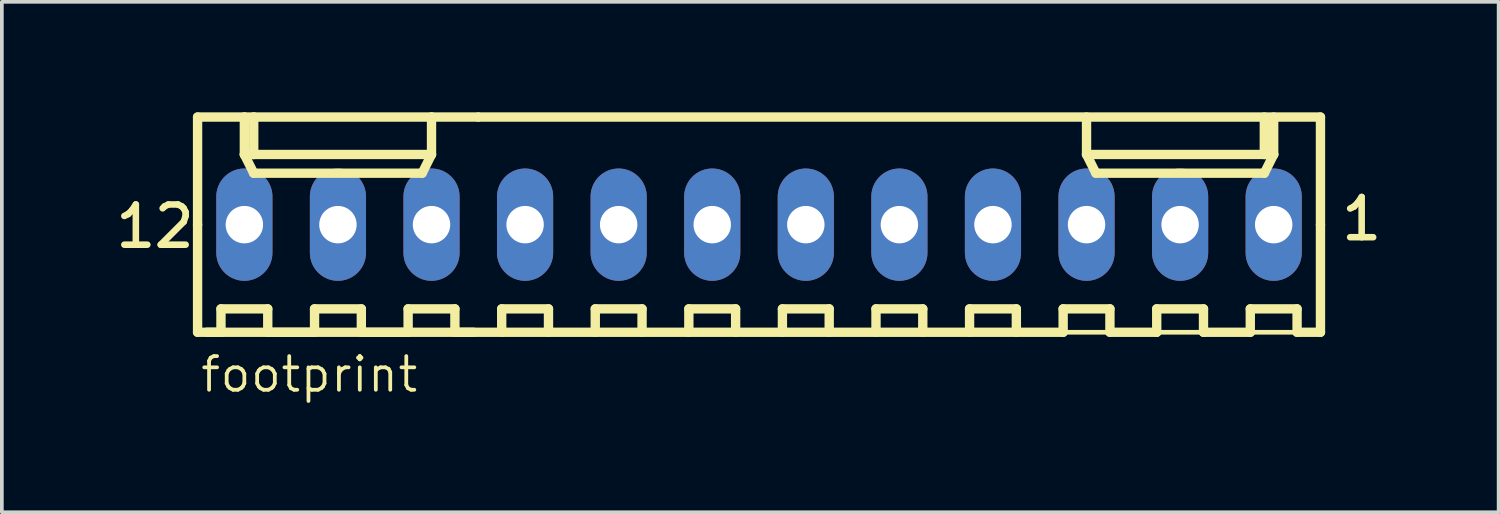
<source format=kicad_pcb>
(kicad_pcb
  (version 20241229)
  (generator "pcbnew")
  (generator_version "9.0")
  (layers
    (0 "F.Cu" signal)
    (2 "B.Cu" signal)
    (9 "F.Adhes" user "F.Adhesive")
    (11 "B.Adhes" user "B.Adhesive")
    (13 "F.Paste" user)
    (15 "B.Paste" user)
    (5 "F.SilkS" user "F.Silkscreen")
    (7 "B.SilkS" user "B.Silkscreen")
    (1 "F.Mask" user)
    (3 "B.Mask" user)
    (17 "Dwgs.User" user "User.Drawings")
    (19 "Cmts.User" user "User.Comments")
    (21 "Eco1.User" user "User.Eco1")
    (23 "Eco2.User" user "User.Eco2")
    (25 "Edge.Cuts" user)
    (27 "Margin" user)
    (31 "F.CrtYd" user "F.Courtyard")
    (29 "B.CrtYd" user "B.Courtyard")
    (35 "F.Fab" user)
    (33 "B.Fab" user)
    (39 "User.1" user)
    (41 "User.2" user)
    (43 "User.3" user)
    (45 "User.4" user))
  (footprint "footprint"
    (layer "F.Cu")
    (at 17.553 3.048)
    (property "Reference" "footprint" (at -15.213 4.599 0) (layer "F.SilkS") (effects (font (size 0.914 0.914) (thickness 0.102)) (justify left bottom)))
    (fp_line (start -15.24 -2.921) (end -13.97 -2.921) (stroke (width 0.254) (type solid)) (layer "F.SilkS"))
    (fp_line (start -15.24 0) (end -15.24 -2.921) (stroke (width 0.254) (type solid)) (layer "F.SilkS"))
    (fp_line (start -15.24 0) (end -15.24 2.921) (stroke (width 0.254) (type solid)) (layer "F.SilkS"))
    (fp_line (start -15.24 2.921) (end -7.747 2.921) (stroke (width 0.254) (type solid)) (layer "F.SilkS"))
    (fp_line (start -14.986 2.921) (end -14.605 2.921) (stroke (width 0.254) (type solid)) (layer "F.SilkS"))
    (fp_line (start -14.605 2.286) (end -13.335 2.286) (stroke (width 0.254) (type solid)) (layer "F.SilkS"))
    (fp_line (start -14.605 2.921) (end -14.605 2.286) (stroke (width 0.254) (type solid)) (layer "F.SilkS"))
    (fp_line (start -13.97 -2.921) (end -13.716 -2.921) (stroke (width 0.254) (type solid)) (layer "F.SilkS"))
    (fp_line (start -13.97 -2.54) (end -13.97 -2.921) (stroke (width 0.127) (type solid)) (layer "F.SilkS"))
    (fp_line (start -13.97 -1.905) (end -13.97 -2.921) (stroke (width 0.254) (type solid)) (layer "F.SilkS"))
    (fp_line (start -13.97 -1.905) (end -13.716 -1.905) (stroke (width 0.254) (type solid)) (layer "F.SilkS"))
    (fp_line (start -13.97 -1.905) (end -13.716 -1.397) (stroke (width 0.254) (type solid)) (layer "F.SilkS"))
    (fp_line (start -13.716 -2.921) (end -13.716 -1.905) (stroke (width 0.254) (type solid)) (layer "F.SilkS"))
    (fp_line (start -13.716 -2.921) (end -8.89 -2.921) (stroke (width 0.254) (type solid)) (layer "F.SilkS"))
    (fp_line (start -13.716 -1.905) (end -8.89 -1.905) (stroke (width 0.254) (type solid)) (layer "F.SilkS"))
    (fp_line (start -13.716 -1.397) (end -9.144 -1.397) (stroke (width 0.254) (type solid)) (layer "F.SilkS"))
    (fp_line (start -13.335 2.286) (end -13.335 2.921) (stroke (width 0.254) (type solid)) (layer "F.SilkS"))
    (fp_line (start -13.335 2.921) (end -12.065 2.921) (stroke (width 0.254) (type solid)) (layer "F.SilkS"))
    (fp_line (start -12.065 2.286) (end -10.795 2.286) (stroke (width 0.254) (type solid)) (layer "F.SilkS"))
    (fp_line (start -12.065 2.921) (end -12.065 2.286) (stroke (width 0.254) (type solid)) (layer "F.SilkS"))
    (fp_line (start -10.795 2.286) (end -10.795 2.921) (stroke (width 0.254) (type solid)) (layer "F.SilkS"))
    (fp_line (start -10.795 2.921) (end -9.525 2.921) (stroke (width 0.254) (type solid)) (layer "F.SilkS"))
    (fp_line (start -9.525 2.286) (end -8.255 2.286) (stroke (width 0.254) (type solid)) (layer "F.SilkS"))
    (fp_line (start -9.525 2.921) (end -9.525 2.286) (stroke (width 0.254) (type solid)) (layer "F.SilkS"))
    (fp_line (start -9.144 -1.397) (end -8.89 -1.905) (stroke (width 0.254) (type solid)) (layer "F.SilkS"))
    (fp_line (start -8.89 -2.921) (end -7.62 -2.921) (stroke (width 0.254) (type solid)) (layer "F.SilkS"))
    (fp_line (start -8.89 -1.905) (end -8.89 -2.921) (stroke (width 0.254) (type solid)) (layer "F.SilkS"))
    (fp_line (start -8.255 2.286) (end -8.255 2.921) (stroke (width 0.254) (type solid)) (layer "F.SilkS"))
    (fp_line (start -8.255 2.921) (end 8.255 2.921) (stroke (width 0.254) (type solid)) (layer "F.SilkS"))
    (fp_line (start -6.985 2.286) (end -5.715 2.286) (stroke (width 0.254) (type solid)) (layer "F.SilkS"))
    (fp_line (start -6.985 2.921) (end -6.985 2.286) (stroke (width 0.254) (type solid)) (layer "F.SilkS"))
    (fp_line (start -5.715 2.286) (end -5.715 2.921) (stroke (width 0.254) (type solid)) (layer "F.SilkS"))
    (fp_line (start -4.445 2.286) (end -3.175 2.286) (stroke (width 0.254) (type solid)) (layer "F.SilkS"))
    (fp_line (start -4.445 2.921) (end -4.445 2.286) (stroke (width 0.254) (type solid)) (layer "F.SilkS"))
    (fp_line (start -3.175 2.286) (end -3.175 2.921) (stroke (width 0.254) (type solid)) (layer "F.SilkS"))
    (fp_line (start -1.905 2.286) (end -0.635 2.286) (stroke (width 0.254) (type solid)) (layer "F.SilkS"))
    (fp_line (start -1.905 2.921) (end -1.905 2.286) (stroke (width 0.254) (type solid)) (layer "F.SilkS"))
    (fp_line (start -0.635 2.286) (end -0.635 2.921) (stroke (width 0.254) (type solid)) (layer "F.SilkS"))
    (fp_line (start 0.635 2.286) (end 1.905 2.286) (stroke (width 0.254) (type solid)) (layer "F.SilkS"))
    (fp_line (start 0.635 2.921) (end 0.635 2.286) (stroke (width 0.254) (type solid)) (layer "F.SilkS"))
    (fp_line (start 1.905 2.286) (end 1.905 2.921) (stroke (width 0.254) (type solid)) (layer "F.SilkS"))
    (fp_line (start 3.175 2.286) (end 4.445 2.286) (stroke (width 0.254) (type solid)) (layer "F.SilkS"))
    (fp_line (start 3.175 2.921) (end 3.175 2.286) (stroke (width 0.254) (type solid)) (layer "F.SilkS"))
    (fp_line (start 4.445 2.286) (end 4.445 2.921) (stroke (width 0.254) (type solid)) (layer "F.SilkS"))
    (fp_line (start 5.715 2.286) (end 6.985 2.286) (stroke (width 0.254) (type solid)) (layer "F.SilkS"))
    (fp_line (start 5.715 2.921) (end 5.715 2.286) (stroke (width 0.254) (type solid)) (layer "F.SilkS"))
    (fp_line (start 6.985 2.286) (end 6.985 2.921) (stroke (width 0.254) (type solid)) (layer "F.SilkS"))
    (fp_line (start 8.255 2.286) (end 9.525 2.286) (stroke (width 0.254) (type solid)) (layer "F.SilkS"))
    (fp_line (start 8.255 2.921) (end 8.255 2.286) (stroke (width 0.254) (type solid)) (layer "F.SilkS"))
    (fp_line (start 8.89 -1.905) (end 8.89 -2.921) (stroke (width 0.254) (type solid)) (layer "F.SilkS"))
    (fp_line (start 8.89 -1.905) (end 9.144 -1.397) (stroke (width 0.254) (type solid)) (layer "F.SilkS"))
    (fp_line (start 8.89 -1.905) (end 13.716 -1.905) (stroke (width 0.254) (type solid)) (layer "F.SilkS"))
    (fp_line (start 9.144 -1.397) (end 13.716 -1.397) (stroke (width 0.254) (type solid)) (layer "F.SilkS"))
    (fp_line (start 9.525 2.286) (end 9.525 2.921) (stroke (width 0.254) (type solid)) (layer "F.SilkS"))
    (fp_line (start 9.525 2.921) (end 10.795 2.921) (stroke (width 0.254) (type solid)) (layer "F.SilkS"))
    (fp_line (start 10.795 2.286) (end 12.065 2.286) (stroke (width 0.254) (type solid)) (layer "F.SilkS"))
    (fp_line (start 10.795 2.921) (end 10.795 2.286) (stroke (width 0.254) (type solid)) (layer "F.SilkS"))
    (fp_line (start 12.065 2.286) (end 12.065 2.921) (stroke (width 0.254) (type solid)) (layer "F.SilkS"))
    (fp_line (start 12.065 2.921) (end 13.335 2.921) (stroke (width 0.254) (type solid)) (layer "F.SilkS"))
    (fp_line (start 13.335 2.286) (end 14.605 2.286) (stroke (width 0.254) (type solid)) (layer "F.SilkS"))
    (fp_line (start 13.335 2.921) (end 13.335 2.286) (stroke (width 0.254) (type solid)) (layer "F.SilkS"))
    (fp_line (start 13.716 -2.921) (end 13.716 -1.905) (stroke (width 0.254) (type solid)) (layer "F.SilkS"))
    (fp_line (start 13.716 -1.905) (end 13.97 -1.905) (stroke (width 0.254) (type solid)) (layer "F.SilkS"))
    (fp_line (start 13.716 -1.397) (end 13.97 -1.905) (stroke (width 0.254) (type solid)) (layer "F.SilkS"))
    (fp_line (start 13.97 -1.905) (end 13.97 -2.921) (stroke (width 0.254) (type solid)) (layer "F.SilkS"))
    (fp_line (start 14.605 2.286) (end 14.605 2.921) (stroke (width 0.254) (type solid)) (layer "F.SilkS"))
    (fp_line (start 14.605 2.921) (end 15.24 2.921) (stroke (width 0.254) (type solid)) (layer "F.SilkS"))
    (fp_line (start 15.24 -2.921) (end -7.62 -2.921) (stroke (width 0.254) (type solid)) (layer "F.SilkS"))
    (fp_line (start 15.24 0) (end 15.24 -2.921) (stroke (width 0.254) (type solid)) (layer "F.SilkS"))
    (fp_line (start 15.24 0) (end 15.24 2.921) (stroke (width 0.254) (type solid)) (layer "F.SilkS"))
    (fp_line (start 15.24 2.921) (end -7.747 2.921) (stroke (width 0.127) (type solid)) (layer "F.SilkS"))
    (fp_poly (pts (xy -14.224 0.254) (xy -13.716 0.254) (xy -13.716 -0.254) (xy -14.224 -0.254)) (stroke (width 0.1) (type solid)) (fill no) (layer "F.Fab"))
    (fp_poly (pts (xy -11.684 0.254) (xy -11.176 0.254) (xy -11.176 -0.254) (xy -11.684 -0.254)) (stroke (width 0.1) (type solid)) (fill no) (layer "F.Fab"))
    (fp_poly (pts (xy -9.144 0.254) (xy -8.636 0.254) (xy -8.636 -0.254) (xy -9.144 -0.254)) (stroke (width 0.1) (type solid)) (fill no) (layer "F.Fab"))
    (fp_poly (pts (xy -6.604 0.254) (xy -6.096 0.254) (xy -6.096 -0.254) (xy -6.604 -0.254)) (stroke (width 0.1) (type solid)) (fill no) (layer "F.Fab"))
    (fp_poly (pts (xy -4.064 0.254) (xy -3.556 0.254) (xy -3.556 -0.254) (xy -4.064 -0.254)) (stroke (width 0.1) (type solid)) (fill no) (layer "F.Fab"))
    (fp_poly (pts (xy -1.524 0.254) (xy -1.016 0.254) (xy -1.016 -0.254) (xy -1.524 -0.254)) (stroke (width 0.1) (type solid)) (fill no) (layer "F.Fab"))
    (fp_poly (pts (xy 1.016 0.254) (xy 1.524 0.254) (xy 1.524 -0.254) (xy 1.016 -0.254)) (stroke (width 0.1) (type solid)) (fill no) (layer "F.Fab"))
    (fp_poly (pts (xy 3.556 0.254) (xy 4.064 0.254) (xy 4.064 -0.254) (xy 3.556 -0.254)) (stroke (width 0.1) (type solid)) (fill no) (layer "F.Fab"))
    (fp_poly (pts (xy 6.096 0.254) (xy 6.604 0.254) (xy 6.604 -0.254) (xy 6.096 -0.254)) (stroke (width 0.1) (type solid)) (fill no) (layer "F.Fab"))
    (fp_poly (pts (xy 8.636 0.254) (xy 9.144 0.254) (xy 9.144 -0.254) (xy 8.636 -0.254)) (stroke (width 0.1) (type solid)) (fill no) (layer "F.Fab"))
    (fp_poly (pts (xy 11.176 0.254) (xy 11.684 0.254) (xy 11.684 -0.254) (xy 11.176 -0.254)) (stroke (width 0.1) (type solid)) (fill no) (layer "F.Fab"))
    (fp_poly (pts (xy 13.716 0.254) (xy 14.224 0.254) (xy 14.224 -0.254) (xy 13.716 -0.254)) (stroke (width 0.1) (type solid)) (fill no) (layer "F.Fab"))
    (fp_text user "1" (at 15.721 0.484 0) (layer "F.SilkS") (effects (font (size 1.092 1.092) (thickness 0.178)) (justify left bottom)))
    (fp_text user "12" (at -17.553 0.687 0) (layer "F.SilkS") (effects (font (size 1.092 1.092) (thickness 0.178)) (justify left bottom)))
    (pad "1" thru_hole oval (at 13.97 0 90) (size 3.048 1.524) (drill 1.016) (layers "*.Cu" "*.Mask"))
    (pad "2" thru_hole oval (at 11.43 0 90) (size 3.048 1.524) (drill 1.016) (layers "*.Cu" "*.Mask"))
    (pad "3" thru_hole oval (at 8.89 0 90) (size 3.048 1.524) (drill 1.016) (layers "*.Cu" "*.Mask"))
    (pad "4" thru_hole oval (at 6.35 0 90) (size 3.048 1.524) (drill 1.016) (layers "*.Cu" "*.Mask"))
    (pad "5" thru_hole oval (at 3.81 0 90) (size 3.048 1.524) (drill 1.016) (layers "*.Cu" "*.Mask"))
    (pad "6" thru_hole oval (at 1.27 0 90) (size 3.048 1.524) (drill 1.016) (layers "*.Cu" "*.Mask"))
    (pad "7" thru_hole oval (at -1.27 0 90) (size 3.048 1.524) (drill 1.016) (layers "*.Cu" "*.Mask"))
    (pad "8" thru_hole oval (at -3.81 0 90) (size 3.048 1.524) (drill 1.016) (layers "*.Cu" "*.Mask"))
    (pad "9" thru_hole oval (at -6.35 0 90) (size 3.048 1.524) (drill 1.016) (layers "*.Cu" "*.Mask"))
    (pad "10" thru_hole oval (at -8.89 0 90) (size 3.048 1.524) (drill 1.016) (layers "*.Cu" "*.Mask"))
    (pad "11" thru_hole oval (at -11.43 0 90) (size 3.048 1.524) (drill 1.016) (layers "*.Cu" "*.Mask"))
    (pad "12" thru_hole oval (at -13.97 0 90) (size 3.048 1.524) (drill 1.016) (layers "*.Cu" "*.Mask")))
  (gr_rect
    (start -3 -3)
    (end 37.629 10.854)
    (stroke (width 0.1) (type default))
    (fill no)
    (layer "Edge.Cuts")))
</source>
